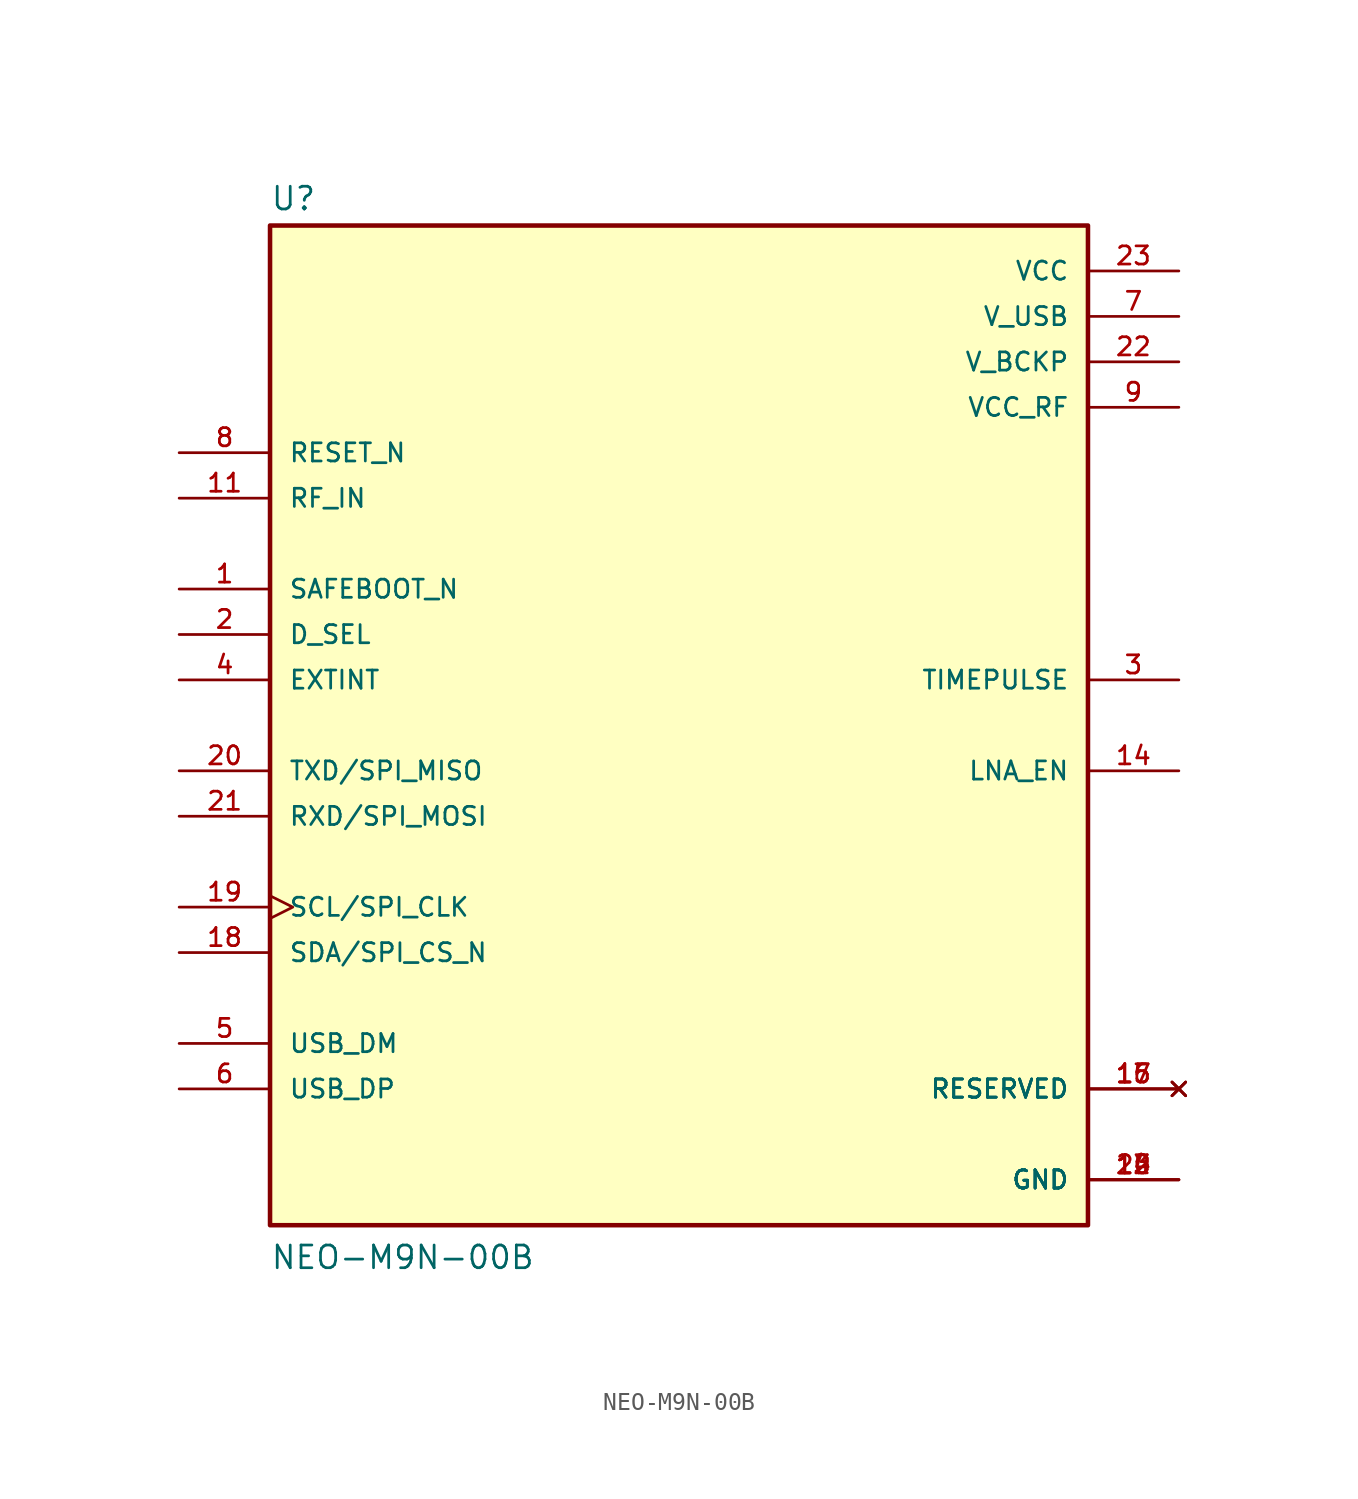
<source format=kicad_sym>
(kicad_symbol_lib
  (version 20231120)
  (generator "kicad_symbol_editor")
  (generator_version "8.0")
  (symbol "NEO-M9N-00B"
    (pin_names
      (offset 1.016))
    (property "Reference" "U"
      (at -22.86 28.702 0)
      (effects (font (size 1.27 1.27)) (justify left bottom)))
    (property "Value" "NEO-M9N-00B"
      (at -22.86 -30.48 0)
      (effects (font (size 1.27 1.27)) (justify left bottom)))
    (symbol "NEO-M9N-00B_0_0"
      (rectangle (start -22.86 -27.94) (end 22.86 27.94) (stroke (width 0.254) (type default)) (fill (type background)))
      (pin input line (at -27.94 7.62 0) (length 5.08) (name "SAFEBOOT_N" (effects (font (size 1.016 1.016)))) (number "1" (effects (font (size 1.016 1.016)))))
      (pin power_in line (at 27.94 -25.4 180) (length 5.08) (name "GND" (effects (font (size 1.016 1.016)))) (number "10" (effects (font (size 1.016 1.016)))))
      (pin input line (at -27.94 12.7 0) (length 5.08) (name "RF_IN" (effects (font (size 1.016 1.016)))) (number "11" (effects (font (size 1.016 1.016)))))
      (pin power_in line (at 27.94 -25.4 180) (length 5.08) (name "GND" (effects (font (size 1.016 1.016)))) (number "12" (effects (font (size 1.016 1.016)))))
      (pin power_in line (at 27.94 -25.4 180) (length 5.08) (name "GND" (effects (font (size 1.016 1.016)))) (number "13" (effects (font (size 1.016 1.016)))))
      (pin output line (at 27.94 -2.54 180) (length 5.08) (name "LNA_EN" (effects (font (size 1.016 1.016)))) (number "14" (effects (font (size 1.016 1.016)))))
      (pin no_connect line (at 27.94 -20.32 180) (length 5.08) (name "RESERVED" (effects (font (size 1.016 1.016)))) (number "15" (effects (font (size 1.016 1.016)))))
      (pin no_connect line (at 27.94 -20.32 180) (length 5.08) (name "RESERVED" (effects (font (size 1.016 1.016)))) (number "16" (effects (font (size 1.016 1.016)))))
      (pin no_connect line (at 27.94 -20.32 180) (length 5.08) (name "RESERVED" (effects (font (size 1.016 1.016)))) (number "17" (effects (font (size 1.016 1.016)))))
      (pin bidirectional line (at -27.94 -12.7 0) (length 5.08) (name "SDA/SPI_CS_N" (effects (font (size 1.016 1.016)))) (number "18" (effects (font (size 1.016 1.016)))))
      (pin bidirectional clock (at -27.94 -10.16 0) (length 5.08) (name "SCL/SPI_CLK" (effects (font (size 1.016 1.016)))) (number "19" (effects (font (size 1.016 1.016)))))
      (pin input line (at -27.94 5.08 0) (length 5.08) (name "D_SEL" (effects (font (size 1.016 1.016)))) (number "2" (effects (font (size 1.016 1.016)))))
      (pin output line (at -27.94 -2.54 0) (length 5.08) (name "TXD/SPI_MISO" (effects (font (size 1.016 1.016)))) (number "20" (effects (font (size 1.016 1.016)))))
      (pin input line (at -27.94 -5.08 0) (length 5.08) (name "RXD/SPI_MOSI" (effects (font (size 1.016 1.016)))) (number "21" (effects (font (size 1.016 1.016)))))
      (pin power_in line (at 27.94 20.32 180) (length 5.08) (name "V_BCKP" (effects (font (size 1.016 1.016)))) (number "22" (effects (font (size 1.016 1.016)))))
      (pin power_in line (at 27.94 25.4 180) (length 5.08) (name "VCC" (effects (font (size 1.016 1.016)))) (number "23" (effects (font (size 1.016 1.016)))))
      (pin power_in line (at 27.94 -25.4 180) (length 5.08) (name "GND" (effects (font (size 1.016 1.016)))) (number "24" (effects (font (size 1.016 1.016)))))
      (pin output line (at 27.94 2.54 180) (length 5.08) (name "TIMEPULSE" (effects (font (size 1.016 1.016)))) (number "3" (effects (font (size 1.016 1.016)))))
      (pin input line (at -27.94 2.54 0) (length 5.08) (name "EXTINT" (effects (font (size 1.016 1.016)))) (number "4" (effects (font (size 1.016 1.016)))))
      (pin bidirectional line (at -27.94 -17.78 0) (length 5.08) (name "USB_DM" (effects (font (size 1.016 1.016)))) (number "5" (effects (font (size 1.016 1.016)))))
      (pin bidirectional line (at -27.94 -20.32 0) (length 5.08) (name "USB_DP" (effects (font (size 1.016 1.016)))) (number "6" (effects (font (size 1.016 1.016)))))
      (pin power_in line (at 27.94 22.86 180) (length 5.08) (name "V_USB" (effects (font (size 1.016 1.016)))) (number "7" (effects (font (size 1.016 1.016)))))
      (pin input line (at -27.94 15.24 0) (length 5.08) (name "RESET_N" (effects (font (size 1.016 1.016)))) (number "8" (effects (font (size 1.016 1.016)))))
      (pin power_in line (at 27.94 17.78 180) (length 5.08) (name "VCC_RF" (effects (font (size 1.016 1.016)))) (number "9" (effects (font (size 1.016 1.016))))))))
</source>
